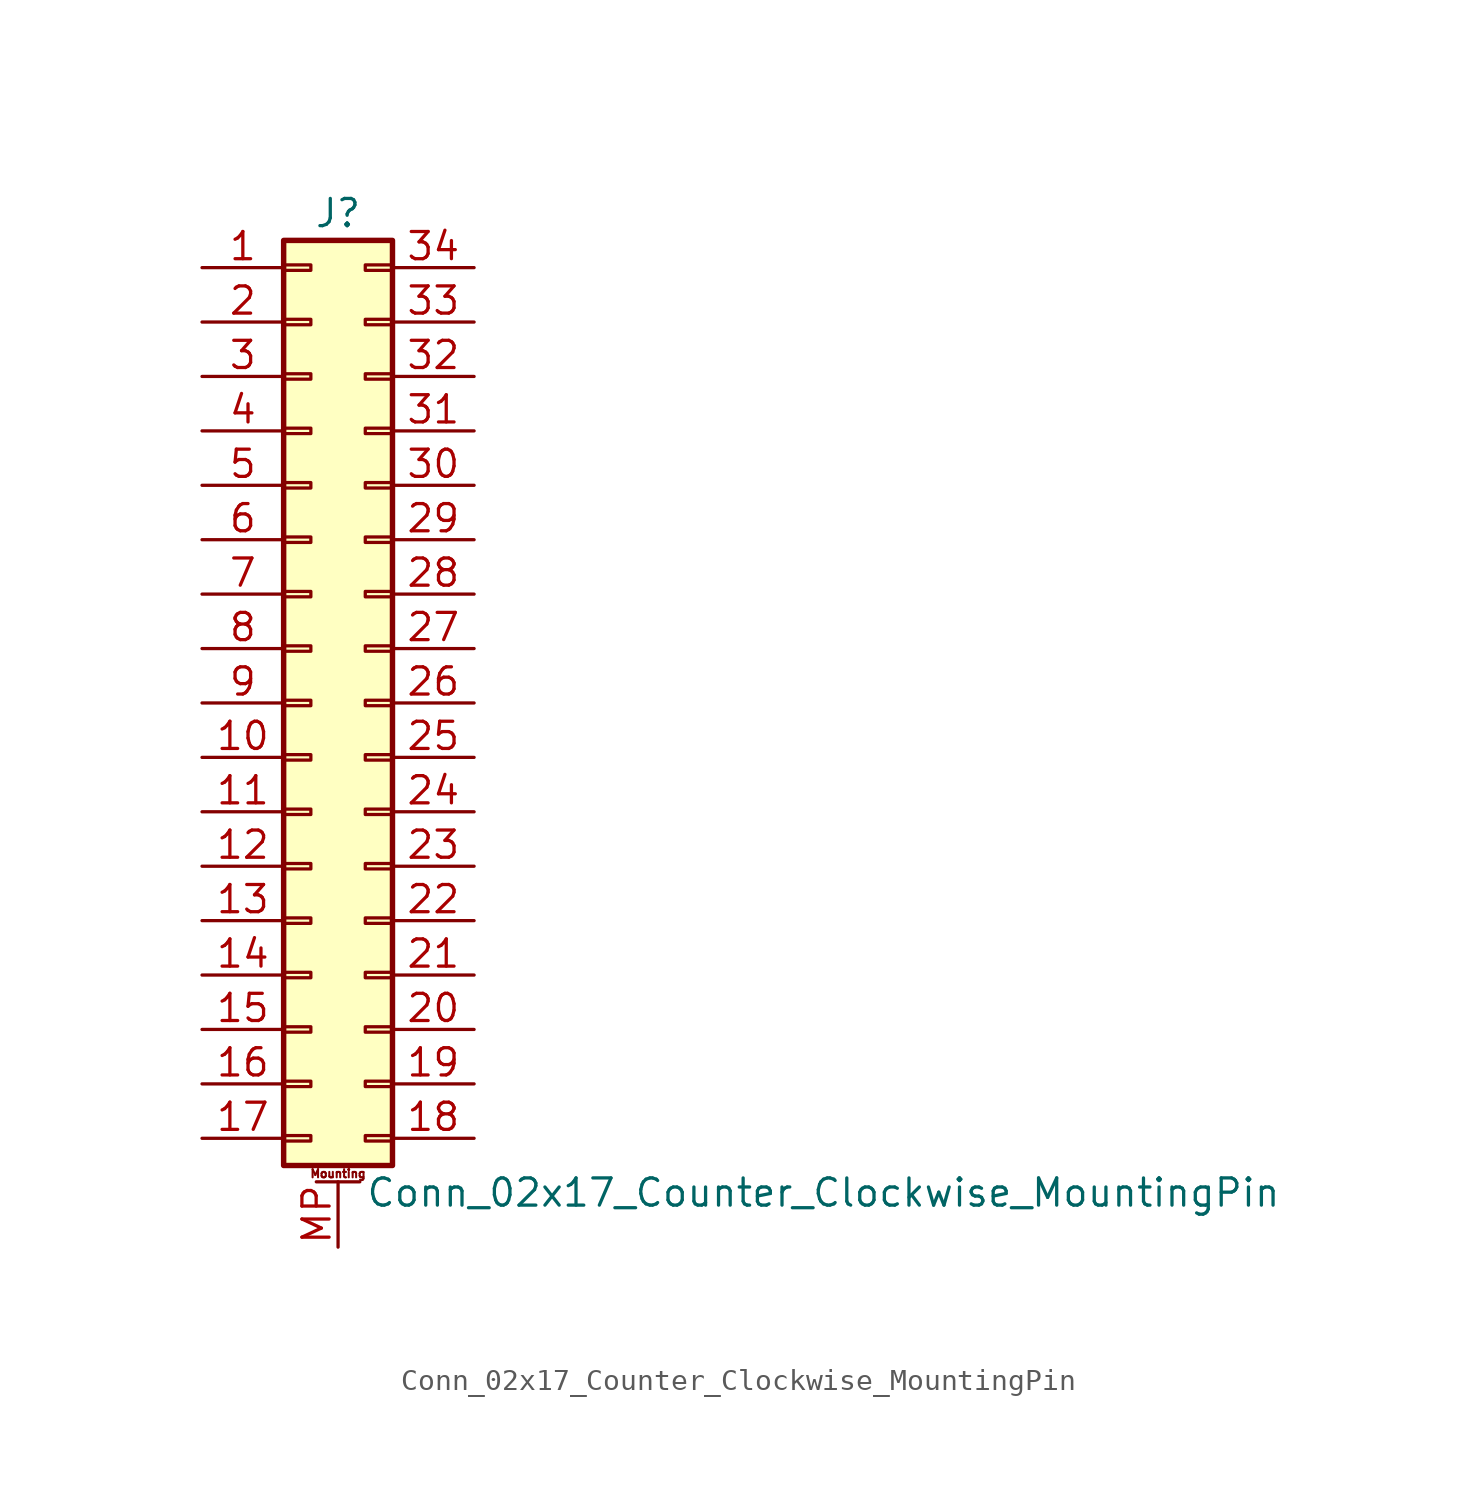
<source format=kicad_sym>
(kicad_symbol_lib
  (version 20211014)
  (generator kicad_symbol_editor)
  (symbol "Conn_02x17_Counter_Clockwise_MountingPin"
    (pin_names
      (offset 1.016) hide)
    (property "Reference" "J"
      (at 1.27 22.86 0)
      (effects (font (size 1.27 1.27))))
    (property "Value" "Conn_02x17_Counter_Clockwise_MountingPin"
      (at 2.54 -22.86 0)
      (effects (font (size 1.27 1.27)) (justify left)))
    (symbol "Conn_02x17_Counter_Clockwise_MountingPin_1_1"
      (rectangle (start -1.27 -20.193) (end 0 -20.447) (stroke (width 0.152) (type default) (color 0 0 0 0)) (fill (type none)))
      (rectangle (start -1.27 -17.653) (end 0 -17.907) (stroke (width 0.152) (type default) (color 0 0 0 0)) (fill (type none)))
      (rectangle (start -1.27 -15.113) (end 0 -15.367) (stroke (width 0.152) (type default) (color 0 0 0 0)) (fill (type none)))
      (rectangle (start -1.27 -12.573) (end 0 -12.827) (stroke (width 0.152) (type default) (color 0 0 0 0)) (fill (type none)))
      (rectangle (start -1.27 -10.033) (end 0 -10.287) (stroke (width 0.152) (type default) (color 0 0 0 0)) (fill (type none)))
      (rectangle (start -1.27 -7.493) (end 0 -7.747) (stroke (width 0.152) (type default) (color 0 0 0 0)) (fill (type none)))
      (rectangle (start -1.27 -4.953) (end 0 -5.207) (stroke (width 0.152) (type default) (color 0 0 0 0)) (fill (type none)))
      (rectangle (start -1.27 -2.413) (end 0 -2.667) (stroke (width 0.152) (type default) (color 0 0 0 0)) (fill (type none)))
      (rectangle (start -1.27 0.127) (end 0 -0.127) (stroke (width 0.152) (type default) (color 0 0 0 0)) (fill (type none)))
      (rectangle (start -1.27 2.667) (end 0 2.413) (stroke (width 0.152) (type default) (color 0 0 0 0)) (fill (type none)))
      (rectangle (start -1.27 5.207) (end 0 4.953) (stroke (width 0.152) (type default) (color 0 0 0 0)) (fill (type none)))
      (rectangle (start -1.27 7.747) (end 0 7.493) (stroke (width 0.152) (type default) (color 0 0 0 0)) (fill (type none)))
      (rectangle (start -1.27 10.287) (end 0 10.033) (stroke (width 0.152) (type default) (color 0 0 0 0)) (fill (type none)))
      (rectangle (start -1.27 12.827) (end 0 12.573) (stroke (width 0.152) (type default) (color 0 0 0 0)) (fill (type none)))
      (rectangle (start -1.27 15.367) (end 0 15.113) (stroke (width 0.152) (type default) (color 0 0 0 0)) (fill (type none)))
      (rectangle (start -1.27 17.907) (end 0 17.653) (stroke (width 0.152) (type default) (color 0 0 0 0)) (fill (type none)))
      (rectangle (start -1.27 20.447) (end 0 20.193) (stroke (width 0.152) (type default) (color 0 0 0 0)) (fill (type none)))
      (rectangle (start -1.27 21.59) (end 3.81 -21.59) (stroke (width 0.254) (type default) (color 0 0 0 0)) (fill (type background)))
      (polyline (pts (xy 0.254 -22.352) (xy 2.286 -22.352)) (stroke (width 0.152) (type default) (color 0 0 0 0)) (fill (type none)))
      (rectangle (start 3.81 -20.193) (end 2.54 -20.447) (stroke (width 0.152) (type default) (color 0 0 0 0)) (fill (type none)))
      (rectangle (start 3.81 -17.653) (end 2.54 -17.907) (stroke (width 0.152) (type default) (color 0 0 0 0)) (fill (type none)))
      (rectangle (start 3.81 -15.113) (end 2.54 -15.367) (stroke (width 0.152) (type default) (color 0 0 0 0)) (fill (type none)))
      (rectangle (start 3.81 -12.573) (end 2.54 -12.827) (stroke (width 0.152) (type default) (color 0 0 0 0)) (fill (type none)))
      (rectangle (start 3.81 -10.033) (end 2.54 -10.287) (stroke (width 0.152) (type default) (color 0 0 0 0)) (fill (type none)))
      (rectangle (start 3.81 -7.493) (end 2.54 -7.747) (stroke (width 0.152) (type default) (color 0 0 0 0)) (fill (type none)))
      (rectangle (start 3.81 -4.953) (end 2.54 -5.207) (stroke (width 0.152) (type default) (color 0 0 0 0)) (fill (type none)))
      (rectangle (start 3.81 -2.413) (end 2.54 -2.667) (stroke (width 0.152) (type default) (color 0 0 0 0)) (fill (type none)))
      (rectangle (start 3.81 0.127) (end 2.54 -0.127) (stroke (width 0.152) (type default) (color 0 0 0 0)) (fill (type none)))
      (rectangle (start 3.81 2.667) (end 2.54 2.413) (stroke (width 0.152) (type default) (color 0 0 0 0)) (fill (type none)))
      (rectangle (start 3.81 5.207) (end 2.54 4.953) (stroke (width 0.152) (type default) (color 0 0 0 0)) (fill (type none)))
      (rectangle (start 3.81 7.747) (end 2.54 7.493) (stroke (width 0.152) (type default) (color 0 0 0 0)) (fill (type none)))
      (rectangle (start 3.81 10.287) (end 2.54 10.033) (stroke (width 0.152) (type default) (color 0 0 0 0)) (fill (type none)))
      (rectangle (start 3.81 12.827) (end 2.54 12.573) (stroke (width 0.152) (type default) (color 0 0 0 0)) (fill (type none)))
      (rectangle (start 3.81 15.367) (end 2.54 15.113) (stroke (width 0.152) (type default) (color 0 0 0 0)) (fill (type none)))
      (rectangle (start 3.81 17.907) (end 2.54 17.653) (stroke (width 0.152) (type default) (color 0 0 0 0)) (fill (type none)))
      (rectangle (start 3.81 20.447) (end 2.54 20.193) (stroke (width 0.152) (type default) (color 0 0 0 0)) (fill (type none)))
      (text "Mounting" (at 1.27 -21.971 0) (effects (font (size 0.381 0.381))))
      (pin passive line (at -5.08 20.32 0) (length 3.81) (name "Pin_1" (effects (font (size 1.27 1.27)))) (number "1" (effects (font (size 1.27 1.27)))))
      (pin passive line (at -5.08 -2.54 0) (length 3.81) (name "Pin_10" (effects (font (size 1.27 1.27)))) (number "10" (effects (font (size 1.27 1.27)))))
      (pin passive line (at -5.08 -5.08 0) (length 3.81) (name "Pin_11" (effects (font (size 1.27 1.27)))) (number "11" (effects (font (size 1.27 1.27)))))
      (pin passive line (at -5.08 -7.62 0) (length 3.81) (name "Pin_12" (effects (font (size 1.27 1.27)))) (number "12" (effects (font (size 1.27 1.27)))))
      (pin passive line (at -5.08 -10.16 0) (length 3.81) (name "Pin_13" (effects (font (size 1.27 1.27)))) (number "13" (effects (font (size 1.27 1.27)))))
      (pin passive line (at -5.08 -12.7 0) (length 3.81) (name "Pin_14" (effects (font (size 1.27 1.27)))) (number "14" (effects (font (size 1.27 1.27)))))
      (pin passive line (at -5.08 -15.24 0) (length 3.81) (name "Pin_15" (effects (font (size 1.27 1.27)))) (number "15" (effects (font (size 1.27 1.27)))))
      (pin passive line (at -5.08 -17.78 0) (length 3.81) (name "Pin_16" (effects (font (size 1.27 1.27)))) (number "16" (effects (font (size 1.27 1.27)))))
      (pin passive line (at -5.08 -20.32 0) (length 3.81) (name "Pin_17" (effects (font (size 1.27 1.27)))) (number "17" (effects (font (size 1.27 1.27)))))
      (pin passive line (at 7.62 -20.32 180) (length 3.81) (name "Pin_18" (effects (font (size 1.27 1.27)))) (number "18" (effects (font (size 1.27 1.27)))))
      (pin passive line (at 7.62 -17.78 180) (length 3.81) (name "Pin_19" (effects (font (size 1.27 1.27)))) (number "19" (effects (font (size 1.27 1.27)))))
      (pin passive line (at -5.08 17.78 0) (length 3.81) (name "Pin_2" (effects (font (size 1.27 1.27)))) (number "2" (effects (font (size 1.27 1.27)))))
      (pin passive line (at 7.62 -15.24 180) (length 3.81) (name "Pin_20" (effects (font (size 1.27 1.27)))) (number "20" (effects (font (size 1.27 1.27)))))
      (pin passive line (at 7.62 -12.7 180) (length 3.81) (name "Pin_21" (effects (font (size 1.27 1.27)))) (number "21" (effects (font (size 1.27 1.27)))))
      (pin passive line (at 7.62 -10.16 180) (length 3.81) (name "Pin_22" (effects (font (size 1.27 1.27)))) (number "22" (effects (font (size 1.27 1.27)))))
      (pin passive line (at 7.62 -7.62 180) (length 3.81) (name "Pin_23" (effects (font (size 1.27 1.27)))) (number "23" (effects (font (size 1.27 1.27)))))
      (pin passive line (at 7.62 -5.08 180) (length 3.81) (name "Pin_24" (effects (font (size 1.27 1.27)))) (number "24" (effects (font (size 1.27 1.27)))))
      (pin passive line (at 7.62 -2.54 180) (length 3.81) (name "Pin_25" (effects (font (size 1.27 1.27)))) (number "25" (effects (font (size 1.27 1.27)))))
      (pin passive line (at 7.62 0 180) (length 3.81) (name "Pin_26" (effects (font (size 1.27 1.27)))) (number "26" (effects (font (size 1.27 1.27)))))
      (pin passive line (at 7.62 2.54 180) (length 3.81) (name "Pin_27" (effects (font (size 1.27 1.27)))) (number "27" (effects (font (size 1.27 1.27)))))
      (pin passive line (at 7.62 5.08 180) (length 3.81) (name "Pin_28" (effects (font (size 1.27 1.27)))) (number "28" (effects (font (size 1.27 1.27)))))
      (pin passive line (at 7.62 7.62 180) (length 3.81) (name "Pin_29" (effects (font (size 1.27 1.27)))) (number "29" (effects (font (size 1.27 1.27)))))
      (pin passive line (at -5.08 15.24 0) (length 3.81) (name "Pin_3" (effects (font (size 1.27 1.27)))) (number "3" (effects (font (size 1.27 1.27)))))
      (pin passive line (at 7.62 10.16 180) (length 3.81) (name "Pin_30" (effects (font (size 1.27 1.27)))) (number "30" (effects (font (size 1.27 1.27)))))
      (pin passive line (at 7.62 12.7 180) (length 3.81) (name "Pin_31" (effects (font (size 1.27 1.27)))) (number "31" (effects (font (size 1.27 1.27)))))
      (pin passive line (at 7.62 15.24 180) (length 3.81) (name "Pin_32" (effects (font (size 1.27 1.27)))) (number "32" (effects (font (size 1.27 1.27)))))
      (pin passive line (at 7.62 17.78 180) (length 3.81) (name "Pin_33" (effects (font (size 1.27 1.27)))) (number "33" (effects (font (size 1.27 1.27)))))
      (pin passive line (at 7.62 20.32 180) (length 3.81) (name "Pin_34" (effects (font (size 1.27 1.27)))) (number "34" (effects (font (size 1.27 1.27)))))
      (pin passive line (at -5.08 12.7 0) (length 3.81) (name "Pin_4" (effects (font (size 1.27 1.27)))) (number "4" (effects (font (size 1.27 1.27)))))
      (pin passive line (at -5.08 10.16 0) (length 3.81) (name "Pin_5" (effects (font (size 1.27 1.27)))) (number "5" (effects (font (size 1.27 1.27)))))
      (pin passive line (at -5.08 7.62 0) (length 3.81) (name "Pin_6" (effects (font (size 1.27 1.27)))) (number "6" (effects (font (size 1.27 1.27)))))
      (pin passive line (at -5.08 5.08 0) (length 3.81) (name "Pin_7" (effects (font (size 1.27 1.27)))) (number "7" (effects (font (size 1.27 1.27)))))
      (pin passive line (at -5.08 2.54 0) (length 3.81) (name "Pin_8" (effects (font (size 1.27 1.27)))) (number "8" (effects (font (size 1.27 1.27)))))
      (pin passive line (at -5.08 0 0) (length 3.81) (name "Pin_9" (effects (font (size 1.27 1.27)))) (number "9" (effects (font (size 1.27 1.27)))))
      (pin passive line (at 1.27 -25.4 90) (length 3.048) (name "MountPin" (effects (font (size 1.27 1.27)))) (number "MP" (effects (font (size 1.27 1.27))))))))
</source>
